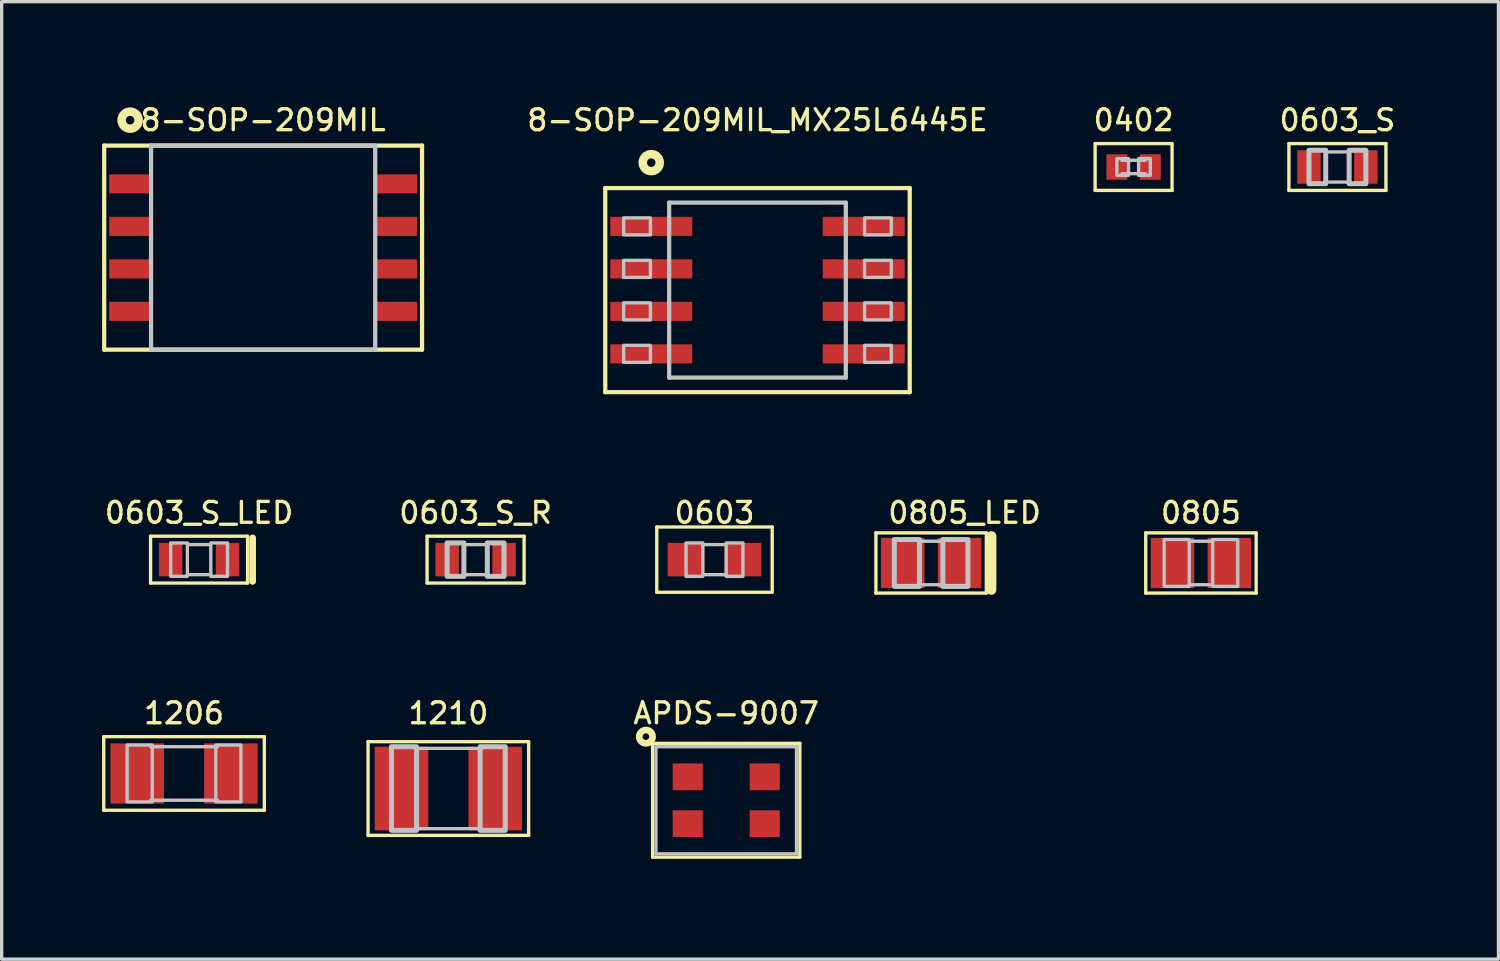
<source format=kicad_pcb>
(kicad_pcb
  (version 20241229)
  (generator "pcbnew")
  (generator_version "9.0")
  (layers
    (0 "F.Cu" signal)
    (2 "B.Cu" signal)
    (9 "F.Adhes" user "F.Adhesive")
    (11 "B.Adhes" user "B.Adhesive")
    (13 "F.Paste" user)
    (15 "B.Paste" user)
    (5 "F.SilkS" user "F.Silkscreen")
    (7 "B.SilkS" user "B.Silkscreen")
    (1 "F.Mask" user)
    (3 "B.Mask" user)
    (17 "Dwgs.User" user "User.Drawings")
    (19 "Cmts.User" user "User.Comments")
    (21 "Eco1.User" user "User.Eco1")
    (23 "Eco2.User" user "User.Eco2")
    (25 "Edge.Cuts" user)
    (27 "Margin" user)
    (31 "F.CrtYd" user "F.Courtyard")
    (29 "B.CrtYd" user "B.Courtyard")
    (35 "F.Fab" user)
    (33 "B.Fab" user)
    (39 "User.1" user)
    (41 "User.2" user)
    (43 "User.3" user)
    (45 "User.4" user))
  (footprint "0603_S_R"
    (layer "F.Cu")
    (at 11.164 13.676)
    (property "Reference" "0603_S_R" (at 0 -1.4 0) (layer "F.SilkS") (effects (font (size 0.625 0.625) (thickness 0.1))))
    (attr through_hole)
    (fp_line (start -1.45 -0.7) (end -1.45 0.7) (stroke (width 0.1) (type solid)) (layer "F.SilkS"))
    (fp_line (start -1.45 0.7) (end 1.45 0.7) (stroke (width 0.1) (type solid)) (layer "F.SilkS"))
    (fp_line (start 1.45 -0.7) (end -1.45 -0.7) (stroke (width 0.1) (type solid)) (layer "F.SilkS"))
    (fp_line (start 1.45 0.7) (end 1.45 -0.7) (stroke (width 0.1) (type solid)) (layer "F.SilkS"))
    (fp_line (start -0.35 -0.45) (end 0.35 -0.45) (stroke (width 0.1) (type solid)) (layer "Dwgs.User"))
    (fp_line (start -0.35 0.45) (end 0.35 0.45) (stroke (width 0.1) (type solid)) (layer "Dwgs.User"))
    (fp_poly (pts (xy -0.85 -0.5) (xy -0.85 0.5) (xy -0.35 0.5) (xy -0.35 -0.5) (xy -0.85 -0.5)) (stroke (width 0.15) (type solid)) (fill no) (layer "Dwgs.User"))
    (fp_poly (pts (xy 0.35 -0.5) (xy 0.35 0.5) (xy 0.85 0.5) (xy 0.85 -0.5) (xy 0.35 -0.5)) (stroke (width 0.15) (type solid)) (fill no) (layer "Dwgs.User"))
    (pad "1" smd rect (at -0.85 0) (size 0.7 1) (layers "F.Cu" "F.Mask" "F.Paste"))
    (pad "2" smd rect (at 0.85 0) (size 0.7 1) (layers "F.Cu" "F.Mask" "F.Paste")))
  (footprint "1206"
    (layer "F.Cu")
    (at 2.45 20.067)
    (property "Reference" "1206" (at 0 -1.8 0) (layer "F.SilkS") (effects (font (size 0.625 0.625) (thickness 0.1))))
    (attr through_hole)
    (fp_line (start -2.4 -1.1) (end -2.4 1.1) (stroke (width 0.1) (type solid)) (layer "F.SilkS"))
    (fp_line (start -2.4 1.1) (end 2.4 1.1) (stroke (width 0.1) (type solid)) (layer "F.SilkS"))
    (fp_line (start 2.4 -1.1) (end -2.4 -1.1) (stroke (width 0.1) (type solid)) (layer "F.SilkS"))
    (fp_line (start 2.4 1.1) (end 2.4 -1.1) (stroke (width 0.1) (type solid)) (layer "F.SilkS"))
    (fp_line (start -1 -0.8) (end 1 -0.8) (stroke (width 0.1) (type solid)) (layer "Dwgs.User"))
    (fp_line (start -1 0.8) (end 1 0.8) (stroke (width 0.1) (type solid)) (layer "Dwgs.User"))
    (fp_poly (pts (xy -1.7 -0.85) (xy -1.7 0.85) (xy -0.95 0.85) (xy -0.95 -0.85) (xy -1.7 -0.85)) (stroke (width 0.1) (type solid)) (fill no) (layer "Dwgs.User"))
    (fp_poly (pts (xy 0.95 -0.85) (xy 0.95 0.85) (xy 1.7 0.85) (xy 1.7 -0.85) (xy 0.95 -0.85)) (stroke (width 0.1) (type solid)) (fill no) (layer "Dwgs.User"))
    (pad "1" smd rect (at -1.4 0) (size 1.6 1.8) (layers "F.Cu" "F.Mask" "F.Paste"))
    (pad "2" smd rect (at 1.4 0) (size 1.6 1.8) (layers "F.Cu" "F.Mask" "F.Paste")))
  (footprint "0603_S_LED"
    (layer "F.Cu")
    (at 2.9 13.676)
    (property "Reference" "0603_S_LED" (at 0 -1.4 0) (layer "F.SilkS") (effects (font (size 0.625 0.625) (thickness 0.1))))
    (attr through_hole)
    (fp_line (start -1.45 -0.7) (end -1.45 0.7) (stroke (width 0.1) (type solid)) (layer "F.SilkS"))
    (fp_line (start -1.45 0.7) (end 1.45 0.7) (stroke (width 0.1) (type solid)) (layer "F.SilkS"))
    (fp_line (start 1.45 -0.7) (end -1.45 -0.7) (stroke (width 0.1) (type solid)) (layer "F.SilkS"))
    (fp_line (start 1.45 0.7) (end 1.45 -0.7) (stroke (width 0.1) (type solid)) (layer "F.SilkS"))
    (fp_line (start 1.6 0.65) (end 1.6 -0.65) (stroke (width 0.2) (type solid)) (layer "F.SilkS"))
    (fp_line (start -0.35 -0.45) (end 0.35 -0.45) (stroke (width 0.1) (type solid)) (layer "Dwgs.User"))
    (fp_line (start -0.35 0.45) (end 0.35 0.45) (stroke (width 0.1) (type solid)) (layer "Dwgs.User"))
    (fp_poly (pts (xy -0.85 -0.5) (xy -0.85 0.5) (xy -0.35 0.5) (xy -0.35 -0.5) (xy -0.85 -0.5)) (stroke (width 0.1) (type solid)) (fill no) (layer "Dwgs.User"))
    (fp_poly (pts (xy 0.35 -0.5) (xy 0.35 0.5) (xy 0.85 0.5) (xy 0.85 -0.5) (xy 0.35 -0.5)) (stroke (width 0.1) (type solid)) (fill no) (layer "Dwgs.User"))
    (pad "1" smd rect (at -0.85 0) (size 0.7 1) (layers "F.Cu" "F.Mask" "F.Paste"))
    (pad "2" smd rect (at 0.85 0) (size 0.7 1) (layers "F.Cu" "F.Mask" "F.Paste")))
  (footprint "0805"
    (layer "F.Cu")
    (at 32.843 13.776)
    (property "Reference" "0805" (at 0 -1.5 0) (layer "F.SilkS") (effects (font (size 0.625 0.625) (thickness 0.1))))
    (attr through_hole)
    (fp_line (start -1.65 -0.9) (end -1.65 0.9) (stroke (width 0.1) (type solid)) (layer "F.SilkS"))
    (fp_line (start -1.65 0.9) (end 1.65 0.9) (stroke (width 0.1) (type solid)) (layer "F.SilkS"))
    (fp_line (start 1.65 -0.9) (end -1.65 -0.9) (stroke (width 0.1) (type solid)) (layer "F.SilkS"))
    (fp_line (start 1.65 0.9) (end 1.65 -0.9) (stroke (width 0.1) (type solid)) (layer "F.SilkS"))
    (fp_line (start -0.35 -0.65) (end 0.35 -0.65) (stroke (width 0.1) (type solid)) (layer "Dwgs.User"))
    (fp_line (start -0.35 0.65) (end 0.35 0.65) (stroke (width 0.1) (type solid)) (layer "Dwgs.User"))
    (fp_poly (pts (xy -1.1 -0.7) (xy -1.1 0.7) (xy -0.35 0.7) (xy -0.35 -0.7) (xy -1.1 -0.7)) (stroke (width 0.1) (type solid)) (fill no) (layer "Dwgs.User"))
    (fp_poly (pts (xy 0.35 -0.7) (xy 0.35 0.7) (xy 1.1 0.7) (xy 1.1 -0.7) (xy 0.35 -0.7)) (stroke (width 0.1) (type solid)) (fill no) (layer "Dwgs.User"))
    (pad "1" smd rect (at -0.85 0) (size 1.3 1.5) (layers "F.Cu" "F.Mask" "F.Paste"))
    (pad "2" smd rect (at 0.85 0) (size 1.3 1.5) (layers "F.Cu" "F.Mask" "F.Paste")))
  (footprint "8-SOP-209MIL_MX25L6445E"
    (layer "F.Cu")
    (at 19.589 5.621)
    (property "Reference" "8-SOP-209MIL_MX25L6445E" (at 0 -5.08 0) (layer "F.SilkS") (effects (font (size 0.625 0.625) (thickness 0.1))))
    (attr through_hole)
    (fp_line (start -4.55 -3.05) (end -4.55 3.05) (stroke (width 0.127) (type solid)) (layer "F.SilkS"))
    (fp_line (start -4.55 3.05) (end 4.55 3.05) (stroke (width 0.127) (type solid)) (layer "F.SilkS"))
    (fp_line (start 4.55 -3.05) (end -4.55 -3.05) (stroke (width 0.127) (type solid)) (layer "F.SilkS"))
    (fp_line (start 4.55 3.05) (end 4.55 -3.05) (stroke (width 0.127) (type solid)) (layer "F.SilkS"))
    (fp_circle (center -3.175 -3.81) (end -2.995 -3.63) (stroke (width 0.254) (type solid)) (fill no) (layer "F.SilkS"))
    (fp_line (start -2.64 -2.615) (end -2.64 2.615) (stroke (width 0.127) (type solid)) (layer "Dwgs.User"))
    (fp_line (start -2.64 2.615) (end 2.64 2.615) (stroke (width 0.127) (type solid)) (layer "Dwgs.User"))
    (fp_line (start 2.64 -2.615) (end -2.64 -2.615) (stroke (width 0.127) (type solid)) (layer "Dwgs.User"))
    (fp_line (start 2.64 2.615) (end 2.64 -2.615) (stroke (width 0.127) (type solid)) (layer "Dwgs.User"))
    (fp_poly (pts (xy -4 -2.16) (xy -4 -1.65) (xy -3.2 -1.65) (xy -3.2 -2.16) (xy -4 -2.16)) (stroke (width 0.1) (type solid)) (fill no) (layer "Dwgs.User"))
    (fp_poly (pts (xy -4 -0.89) (xy -4 -0.38) (xy -3.2 -0.38) (xy -3.2 -0.89) (xy -4 -0.89)) (stroke (width 0.1) (type solid)) (fill no) (layer "Dwgs.User"))
    (fp_poly (pts (xy -4 0.38) (xy -4 0.89) (xy -3.2 0.89) (xy -3.2 0.38) (xy -4 0.38)) (stroke (width 0.1) (type solid)) (fill no) (layer "Dwgs.User"))
    (fp_poly (pts (xy -4 1.65) (xy -4 2.16) (xy -3.2 2.16) (xy -3.2 1.65) (xy -4 1.65)) (stroke (width 0.1) (type solid)) (fill no) (layer "Dwgs.User"))
    (fp_poly (pts (xy 3.2 -2.16) (xy 3.2 -1.65) (xy 4 -1.65) (xy 4 -2.16) (xy 3.2 -2.16)) (stroke (width 0.1) (type solid)) (fill no) (layer "Dwgs.User"))
    (fp_poly (pts (xy 3.2 -0.89) (xy 3.2 -0.38) (xy 4 -0.38) (xy 4 -0.89) (xy 3.2 -0.89)) (stroke (width 0.1) (type solid)) (fill no) (layer "Dwgs.User"))
    (fp_poly (pts (xy 3.2 0.38) (xy 3.2 0.89) (xy 4 0.89) (xy 4 0.38) (xy 3.2 0.38)) (stroke (width 0.1) (type solid)) (fill no) (layer "Dwgs.User"))
    (fp_poly (pts (xy 3.2 1.65) (xy 3.2 2.16) (xy 4 2.16) (xy 4 1.65) (xy 3.2 1.65)) (stroke (width 0.1) (type solid)) (fill no) (layer "Dwgs.User"))
    (pad "1" smd rect (at -3.175 -1.905 180) (size 2.45 0.57) (layers "F.Cu" "F.Mask" "F.Paste"))
    (pad "2" smd rect (at -3.175 -0.635 180) (size 2.45 0.57) (layers "F.Cu" "F.Mask" "F.Paste"))
    (pad "3" smd rect (at -3.175 0.635 180) (size 2.45 0.57) (layers "F.Cu" "F.Mask" "F.Paste"))
    (pad "4" smd rect (at -3.175 1.905 180) (size 2.45 0.57) (layers "F.Cu" "F.Mask" "F.Paste"))
    (pad "5" smd rect (at 3.175 1.905) (size 2.45 0.57) (layers "F.Cu" "F.Mask" "F.Paste"))
    (pad "6" smd rect (at 3.175 0.635) (size 2.45 0.57) (layers "F.Cu" "F.Mask" "F.Paste"))
    (pad "7" smd rect (at 3.175 -0.635) (size 2.45 0.57) (layers "F.Cu" "F.Mask" "F.Paste"))
    (pad "8" smd rect (at 3.175 -1.905) (size 2.45 0.57) (layers "F.Cu" "F.Mask" "F.Paste")))
  (footprint "APDS-9007"
    (layer "F.Cu")
    (at 18.655 20.867)
    (property "Reference" "APDS-9007" (at 0 -2.6 0) (layer "F.SilkS") (effects (font (size 0.625 0.625) (thickness 0.1))))
    (attr through_hole)
    (fp_line (start -2.2 -1.7) (end -2.2 1.7) (stroke (width 0.1) (type solid)) (layer "F.SilkS"))
    (fp_line (start -2.2 1.7) (end 2.2 1.7) (stroke (width 0.1) (type solid)) (layer "F.SilkS"))
    (fp_line (start 2.2 -1.7) (end -2.2 -1.7) (stroke (width 0.1) (type solid)) (layer "F.SilkS"))
    (fp_line (start 2.2 1.7) (end 2.2 -1.7) (stroke (width 0.1) (type solid)) (layer "F.SilkS"))
    (fp_circle (center -2.4 -1.9) (end -2.259 -1.759) (stroke (width 0.2) (type solid)) (fill no) (layer "F.SilkS"))
    (fp_line (start -2.1 -1.6) (end -2.1 1.6) (stroke (width 0.1) (type solid)) (layer "Dwgs.User"))
    (fp_line (start -2.1 1.6) (end 2.1 1.6) (stroke (width 0.1) (type solid)) (layer "Dwgs.User"))
    (fp_line (start 2.1 -1.6) (end -2.1 -1.6) (stroke (width 0.1) (type solid)) (layer "Dwgs.User"))
    (fp_line (start 2.1 1.6) (end 2.1 -1.6) (stroke (width 0.1) (type solid)) (layer "Dwgs.User"))
    (pad "1" smd rect (at -1.15 -0.7 180) (size 0.9 0.8) (layers "F.Cu" "F.Mask" "F.Paste"))
    (pad "3" smd rect (at 1.15 -0.7) (size 0.9 0.8) (layers "F.Cu" "F.Mask" "F.Paste"))
    (pad "4" smd rect (at 1.15 0.7) (size 0.9 0.8) (layers "F.Cu" "F.Mask" "F.Paste"))
    (pad "6" smd rect (at -1.15 0.7 180) (size 0.9 0.8) (layers "F.Cu" "F.Mask" "F.Paste")))
  (footprint "1210"
    (layer "F.Cu")
    (at 10.35 20.517)
    (property "Reference" "1210" (at 0 -2.25 0) (layer "F.SilkS") (effects (font (size 0.625 0.625) (thickness 0.1))))
    (attr through_hole)
    (fp_line (start -2.4 -1.4) (end -2.4 1.4) (stroke (width 0.1) (type solid)) (layer "F.SilkS"))
    (fp_line (start -2.4 1.4) (end 2.4 1.4) (stroke (width 0.1) (type solid)) (layer "F.SilkS"))
    (fp_line (start 2.4 -1.4) (end -2.4 -1.4) (stroke (width 0.1) (type solid)) (layer "F.SilkS"))
    (fp_line (start 2.4 1.4) (end 2.4 -1.4) (stroke (width 0.1) (type solid)) (layer "F.SilkS"))
    (fp_line (start -1 -1.2) (end 1 -1.2) (stroke (width 0.1) (type solid)) (layer "Dwgs.User"))
    (fp_line (start -1 1.2) (end 1 1.2) (stroke (width 0.1) (type solid)) (layer "Dwgs.User"))
    (fp_poly (pts (xy -1.7 -1.25) (xy -1.7 1.25) (xy -0.95 1.25) (xy -0.95 -1.25) (xy -1.7 -1.25)) (stroke (width 0.15) (type solid)) (fill no) (layer "Dwgs.User"))
    (fp_poly (pts (xy 0.95 -1.25) (xy 0.95 1.25) (xy 1.7 1.25) (xy 1.7 -1.25) (xy 0.95 -1.25)) (stroke (width 0.15) (type solid)) (fill no) (layer "Dwgs.User"))
    (pad "1" smd rect (at -1.4 0) (size 1.6 2.5) (layers "F.Cu" "F.Mask" "F.Paste"))
    (pad "2" smd rect (at 1.4 0) (size 1.6 2.5) (layers "F.Cu" "F.Mask" "F.Paste")))
  (footprint "0402"
    (layer "F.Cu")
    (at 30.83 1.941)
    (property "Reference" "0402" (at 0 -1.4 0) (layer "F.SilkS") (effects (font (size 0.625 0.625) (thickness 0.1))))
    (attr through_hole)
    (fp_line (start -1.15 -0.7) (end -1.15 0.7) (stroke (width 0.1) (type solid)) (layer "F.SilkS"))
    (fp_line (start -1.15 0.7) (end 1.15 0.7) (stroke (width 0.1) (type solid)) (layer "F.SilkS"))
    (fp_line (start 1.15 -0.7) (end -1.15 -0.7) (stroke (width 0.1) (type solid)) (layer "F.SilkS"))
    (fp_line (start 1.15 0.7) (end 1.15 -0.7) (stroke (width 0.1) (type solid)) (layer "F.SilkS"))
    (fp_line (start -0.35 -0.2) (end 0.35 -0.2) (stroke (width 0.1) (type solid)) (layer "Dwgs.User"))
    (fp_line (start -0.35 0.2) (end 0.35 0.2) (stroke (width 0.1) (type solid)) (layer "Dwgs.User"))
    (fp_poly (pts (xy -0.5 -0.25) (xy -0.5 0.25) (xy -0.15 0.25) (xy -0.15 -0.25) (xy -0.5 -0.25)) (stroke (width 0.1) (type solid)) (fill no) (layer "Dwgs.User"))
    (fp_poly (pts (xy 0.15 -0.25) (xy 0.15 0.25) (xy 0.5 0.25) (xy 0.5 -0.25) (xy 0.15 -0.25)) (stroke (width 0.1) (type solid)) (fill no) (layer "Dwgs.User"))
    (pad "1" smd rect (at -0.5 0) (size 0.625 0.762) (layers "F.Cu" "F.Mask" "F.Paste"))
    (pad "2" smd rect (at 0.5 0) (size 0.625 0.762) (layers "F.Cu" "F.Mask" "F.Paste")))
  (footprint "8-SOP-209MIL"
    (layer "F.Cu")
    (at 4.814 4.351)
    (property "Reference" "8-SOP-209MIL" (at 0 -3.81 0) (layer "F.SilkS") (effects (font (size 0.625 0.625) (thickness 0.1))))
    (attr through_hole)
    (fp_line (start -4.75 -3.05) (end -4.75 3.05) (stroke (width 0.127) (type solid)) (layer "F.SilkS"))
    (fp_line (start -4.75 3.05) (end 4.75 3.05) (stroke (width 0.127) (type solid)) (layer "F.SilkS"))
    (fp_line (start 4.75 -3.05) (end -4.75 -3.05) (stroke (width 0.127) (type solid)) (layer "F.SilkS"))
    (fp_line (start 4.75 3.05) (end 4.75 -3.05) (stroke (width 0.127) (type solid)) (layer "F.SilkS"))
    (fp_circle (center -3.975 -3.81) (end -3.795 -3.63) (stroke (width 0.254) (type solid)) (fill no) (layer "F.SilkS"))
    (fp_line (start -3.35 -3.05) (end -3.35 3.05) (stroke (width 0.127) (type solid)) (layer "Dwgs.User"))
    (fp_line (start -3.35 3.05) (end 3.35 3.05) (stroke (width 0.127) (type solid)) (layer "Dwgs.User"))
    (fp_line (start 3.35 -3.05) (end -3.35 -3.05) (stroke (width 0.127) (type solid)) (layer "Dwgs.User"))
    (fp_line (start 3.35 3.05) (end 3.35 -3.05) (stroke (width 0.127) (type solid)) (layer "Dwgs.User"))
    (pad "1" smd rect (at -3.975 -1.905 180) (size 1.25 0.57) (layers "F.Cu" "F.Mask" "F.Paste"))
    (pad "2" smd rect (at -3.975 -0.635 180) (size 1.25 0.57) (layers "F.Cu" "F.Mask" "F.Paste"))
    (pad "3" smd rect (at -3.975 0.635 180) (size 1.25 0.57) (layers "F.Cu" "F.Mask" "F.Paste"))
    (pad "4" smd rect (at -3.975 1.905 180) (size 1.25 0.57) (layers "F.Cu" "F.Mask" "F.Paste"))
    (pad "5" smd rect (at 3.975 1.905) (size 1.25 0.57) (layers "F.Cu" "F.Mask" "F.Paste"))
    (pad "6" smd rect (at 3.975 0.635) (size 1.25 0.57) (layers "F.Cu" "F.Mask" "F.Paste"))
    (pad "7" smd rect (at 3.975 -0.635) (size 1.25 0.57) (layers "F.Cu" "F.Mask" "F.Paste"))
    (pad "8" smd rect (at 3.975 -1.905) (size 1.25 0.57) (layers "F.Cu" "F.Mask" "F.Paste")))
  (footprint "0603"
    (layer "F.Cu")
    (at 18.304 13.676)
    (property "Reference" "0603" (at 0 -1.4 0) (layer "F.SilkS") (effects (font (size 0.625 0.625) (thickness 0.1))))
    (attr through_hole)
    (fp_line (start -1.725 -0.975) (end -1.725 0.975) (stroke (width 0.1) (type solid)) (layer "F.SilkS"))
    (fp_line (start -1.725 0.975) (end 1.725 0.975) (stroke (width 0.1) (type solid)) (layer "F.SilkS"))
    (fp_line (start 1.725 -0.975) (end -1.725 -0.975) (stroke (width 0.1) (type solid)) (layer "F.SilkS"))
    (fp_line (start 1.725 0.975) (end 1.725 -0.975) (stroke (width 0.1) (type solid)) (layer "F.SilkS"))
    (fp_line (start -0.35 -0.45) (end 0.35 -0.45) (stroke (width 0.1) (type solid)) (layer "Dwgs.User"))
    (fp_line (start -0.35 0.45) (end 0.35 0.45) (stroke (width 0.1) (type solid)) (layer "Dwgs.User"))
    (fp_poly (pts (xy -0.85 -0.5) (xy -0.85 0.5) (xy -0.35 0.5) (xy -0.35 -0.5) (xy -0.85 -0.5)) (stroke (width 0.1) (type solid)) (fill no) (layer "Dwgs.User"))
    (fp_poly (pts (xy 0.35 -0.5) (xy 0.35 0.5) (xy 0.85 0.5) (xy 0.85 -0.5) (xy 0.35 -0.5)) (stroke (width 0.1) (type solid)) (fill no) (layer "Dwgs.User"))
    (pad "1" smd rect (at -0.85 0) (size 1.1 1) (layers "F.Cu" "F.Mask" "F.Paste"))
    (pad "2" smd rect (at 0.85 0) (size 1.1 1) (layers "F.Cu" "F.Mask" "F.Paste")))
  (footprint "0805_LED"
    (layer "F.Cu")
    (at 24.779 13.776)
    (property "Reference" "0805_LED" (at 1 -1.5 0) (layer "F.SilkS") (effects (font (size 0.625 0.625) (thickness 0.1))))
    (attr through_hole)
    (fp_line (start -1.65 -0.9) (end -1.65 0.9) (stroke (width 0.1) (type solid)) (layer "F.SilkS"))
    (fp_line (start -1.65 0.9) (end 1.65 0.9) (stroke (width 0.1) (type solid)) (layer "F.SilkS"))
    (fp_line (start 1.65 -0.9) (end -1.65 -0.9) (stroke (width 0.1) (type solid)) (layer "F.SilkS"))
    (fp_line (start 1.65 0.9) (end 1.65 -0.9) (stroke (width 0.1) (type solid)) (layer "F.SilkS"))
    (fp_line (start 1.8 0.8) (end 1.8 -0.8) (stroke (width 0.3) (type solid)) (layer "F.SilkS"))
    (fp_line (start -0.35 -0.65) (end 0.35 -0.65) (stroke (width 0.1) (type solid)) (layer "Dwgs.User"))
    (fp_line (start -0.35 0.65) (end 0.35 0.65) (stroke (width 0.1) (type solid)) (layer "Dwgs.User"))
    (fp_poly (pts (xy -1.1 -0.7) (xy -1.1 0.7) (xy -0.35 0.7) (xy -0.35 -0.7) (xy -1.1 -0.7)) (stroke (width 0.15) (type solid)) (fill no) (layer "Dwgs.User"))
    (fp_poly (pts (xy 0.35 -0.7) (xy 0.35 0.7) (xy 1.1 0.7) (xy 1.1 -0.7) (xy 0.35 -0.7)) (stroke (width 0.15) (type solid)) (fill no) (layer "Dwgs.User"))
    (pad "1" smd rect (at -0.85 0) (size 1.3 1.5) (layers "F.Cu" "F.Mask" "F.Paste"))
    (pad "2" smd rect (at 0.85 0) (size 1.3 1.5) (layers "F.Cu" "F.Mask" "F.Paste")))
  (footprint "0603_S"
    (layer "F.Cu")
    (at 36.922 1.941)
    (property "Reference" "0603_S" (at 0 -1.4 0) (layer "F.SilkS") (effects (font (size 0.625 0.625) (thickness 0.1))))
    (attr through_hole)
    (fp_line (start -1.45 -0.7) (end -1.45 0.7) (stroke (width 0.1) (type solid)) (layer "F.SilkS"))
    (fp_line (start -1.45 0.7) (end 1.45 0.7) (stroke (width 0.1) (type solid)) (layer "F.SilkS"))
    (fp_line (start 1.45 -0.7) (end -1.45 -0.7) (stroke (width 0.1) (type solid)) (layer "F.SilkS"))
    (fp_line (start 1.45 0.7) (end 1.45 -0.7) (stroke (width 0.1) (type solid)) (layer "F.SilkS"))
    (fp_line (start -0.35 -0.45) (end 0.35 -0.45) (stroke (width 0.1) (type solid)) (layer "Dwgs.User"))
    (fp_line (start -0.35 0.45) (end 0.35 0.45) (stroke (width 0.1) (type solid)) (layer "Dwgs.User"))
    (fp_poly (pts (xy -0.85 -0.5) (xy -0.85 0.5) (xy -0.35 0.5) (xy -0.35 -0.5) (xy -0.85 -0.5)) (stroke (width 0.15) (type solid)) (fill no) (layer "Dwgs.User"))
    (fp_poly (pts (xy 0.35 -0.5) (xy 0.35 0.5) (xy 0.85 0.5) (xy 0.85 -0.5) (xy 0.35 -0.5)) (stroke (width 0.15) (type solid)) (fill no) (layer "Dwgs.User"))
    (pad "1" smd rect (at -0.85 0) (size 0.7 1) (layers "F.Cu" "F.Mask" "F.Paste"))
    (pad "2" smd rect (at 0.85 0) (size 0.7 1) (layers "F.Cu" "F.Mask" "F.Paste")))
  (gr_rect
    (start -3 -3)
    (end 41.735 25.617)
    (stroke (width 0.1) (type default))
    (fill no)
    (layer "Edge.Cuts")))
</source>
